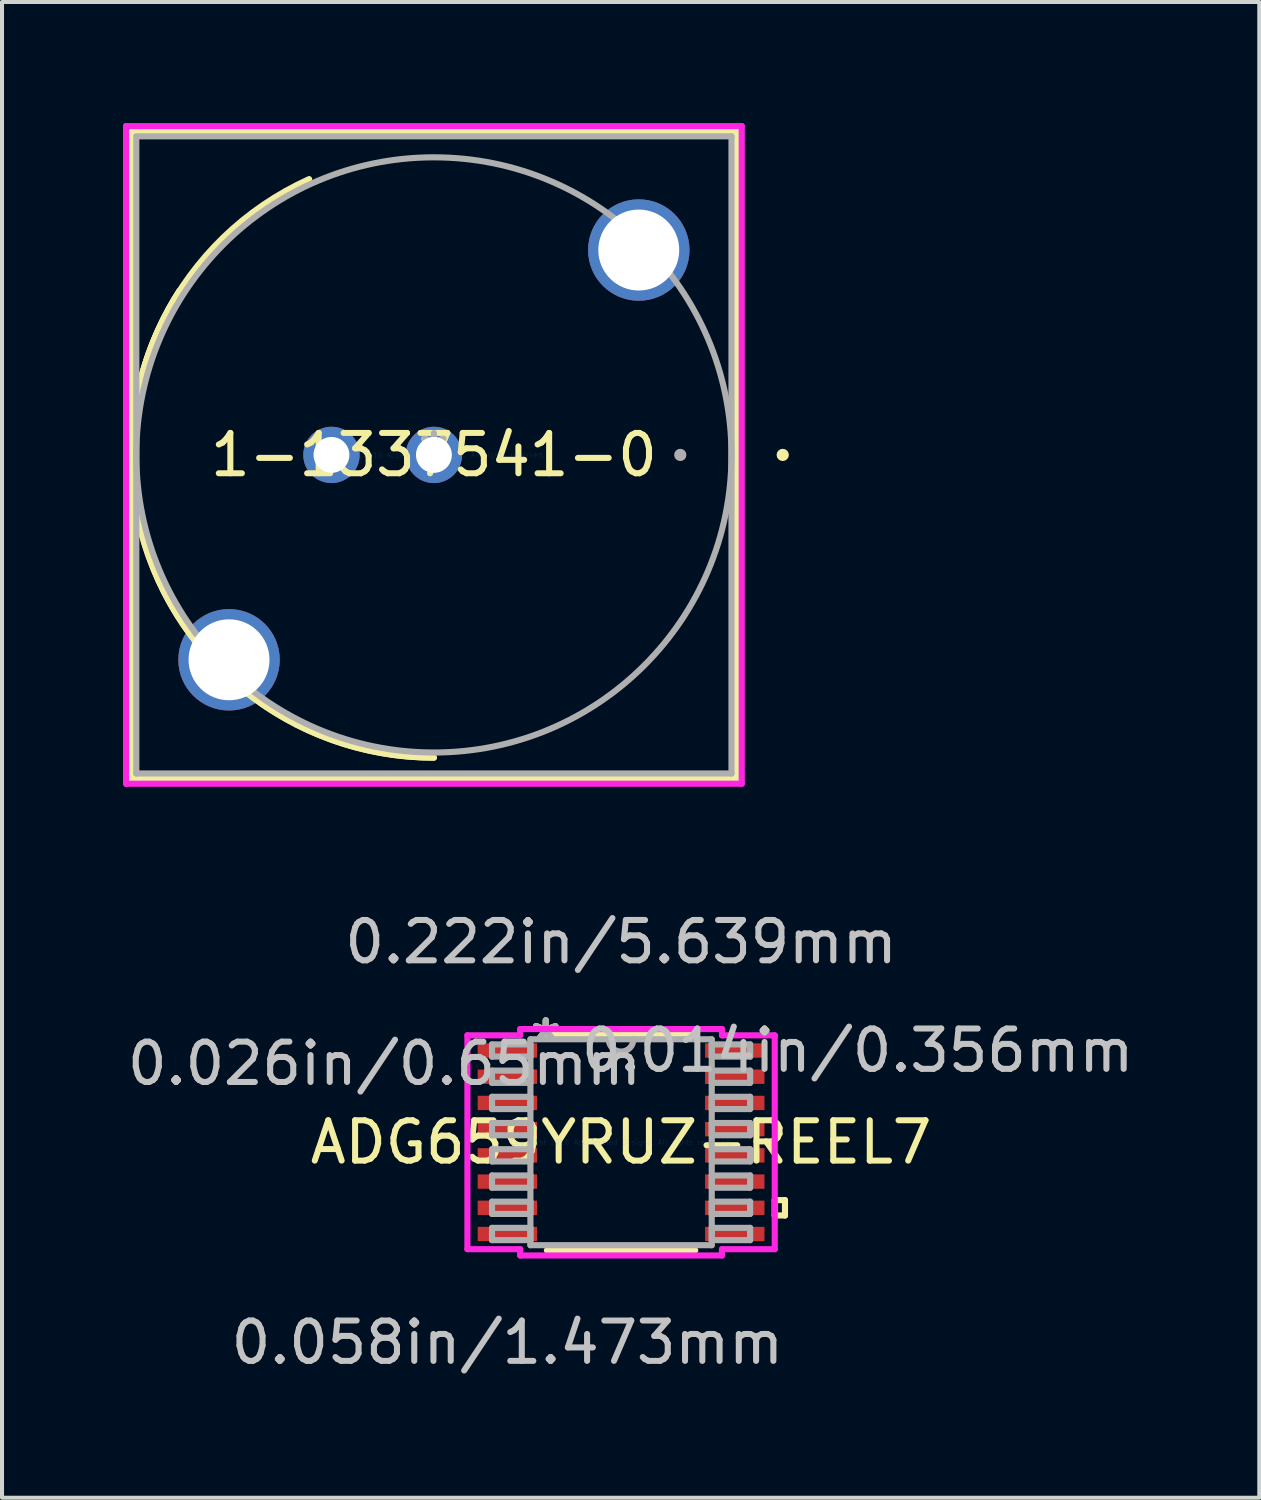
<source format=kicad_pcb>
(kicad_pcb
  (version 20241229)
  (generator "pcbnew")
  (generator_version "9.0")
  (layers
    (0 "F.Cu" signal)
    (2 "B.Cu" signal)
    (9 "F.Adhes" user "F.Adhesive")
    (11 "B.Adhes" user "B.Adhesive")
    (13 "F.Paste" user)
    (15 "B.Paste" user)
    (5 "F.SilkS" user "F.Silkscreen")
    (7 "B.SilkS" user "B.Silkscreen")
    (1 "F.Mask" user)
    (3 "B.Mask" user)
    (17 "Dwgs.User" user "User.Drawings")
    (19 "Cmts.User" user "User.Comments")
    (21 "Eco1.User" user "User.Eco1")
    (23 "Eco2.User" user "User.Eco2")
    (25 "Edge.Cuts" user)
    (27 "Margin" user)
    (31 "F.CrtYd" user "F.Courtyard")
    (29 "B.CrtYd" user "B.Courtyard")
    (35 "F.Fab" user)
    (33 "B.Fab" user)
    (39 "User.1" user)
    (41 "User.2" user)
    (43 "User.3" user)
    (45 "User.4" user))
  (footprint "ADG659YRUZ-REEL7"
    (layer "F.Cu")
    (at 12.35 25.273)
    (property "Reference" "ADG659YRUZ-REEL7" (at 0 0 0) (layer "F.SilkS") (effects (font (size 1 1) (thickness 0.15))))
    (attr through_hole)
    (fp_line (start -1.839 2.68) (end 1.839 2.68) (stroke (width 0.152) (type solid)) (layer "F.SilkS"))
    (fp_line (start 1.839 -2.68) (end -1.839 -2.68) (stroke (width 0.152) (type solid)) (layer "F.SilkS"))
    (fp_line (start 3.81 1.435) (end 4.064 1.435) (stroke (width 0.152) (type solid)) (layer "F.SilkS"))
    (fp_line (start 3.81 1.816) (end 3.81 1.435) (stroke (width 0.152) (type solid)) (layer "F.SilkS"))
    (fp_line (start 4.064 1.435) (end 4.064 1.816) (stroke (width 0.152) (type solid)) (layer "F.SilkS"))
    (fp_line (start 4.064 1.816) (end 3.81 1.816) (stroke (width 0.152) (type solid)) (layer "F.SilkS"))
    (fp_line (start -3.81 -2.651) (end -2.502 -2.651) (stroke (width 0.152) (type solid)) (layer "F.CrtYd"))
    (fp_line (start -3.81 2.651) (end -3.81 -2.651) (stroke (width 0.152) (type solid)) (layer "F.CrtYd"))
    (fp_line (start -2.502 -2.807) (end 2.502 -2.807) (stroke (width 0.152) (type solid)) (layer "F.CrtYd"))
    (fp_line (start -2.502 -2.651) (end -2.502 -2.807) (stroke (width 0.152) (type solid)) (layer "F.CrtYd"))
    (fp_line (start -2.502 2.651) (end -3.81 2.651) (stroke (width 0.152) (type solid)) (layer "F.CrtYd"))
    (fp_line (start -2.502 2.807) (end -2.502 2.651) (stroke (width 0.152) (type solid)) (layer "F.CrtYd"))
    (fp_line (start 2.502 -2.807) (end 2.502 -2.651) (stroke (width 0.152) (type solid)) (layer "F.CrtYd"))
    (fp_line (start 2.502 -2.651) (end 3.81 -2.651) (stroke (width 0.152) (type solid)) (layer "F.CrtYd"))
    (fp_line (start 2.502 2.651) (end 2.502 2.807) (stroke (width 0.152) (type solid)) (layer "F.CrtYd"))
    (fp_line (start 2.502 2.807) (end -2.502 2.807) (stroke (width 0.152) (type solid)) (layer "F.CrtYd"))
    (fp_line (start 3.81 -2.651) (end 3.81 2.651) (stroke (width 0.152) (type solid)) (layer "F.CrtYd"))
    (fp_line (start 3.81 2.651) (end 2.502 2.651) (stroke (width 0.152) (type solid)) (layer "F.CrtYd"))
    (fp_line (start -3.2 -2.427) (end -3.2 -2.123) (stroke (width 0.152) (type solid)) (layer "F.Fab"))
    (fp_line (start -3.2 -2.123) (end -2.248 -2.123) (stroke (width 0.152) (type solid)) (layer "F.Fab"))
    (fp_line (start -3.2 -1.777) (end -3.2 -1.473) (stroke (width 0.152) (type solid)) (layer "F.Fab"))
    (fp_line (start -3.2 -1.473) (end -2.248 -1.473) (stroke (width 0.152) (type solid)) (layer "F.Fab"))
    (fp_line (start -3.2 -1.127) (end -3.2 -0.823) (stroke (width 0.152) (type solid)) (layer "F.Fab"))
    (fp_line (start -3.2 -0.823) (end -2.248 -0.823) (stroke (width 0.152) (type solid)) (layer "F.Fab"))
    (fp_line (start -3.2 -0.477) (end -3.2 -0.173) (stroke (width 0.152) (type solid)) (layer "F.Fab"))
    (fp_line (start -3.2 -0.173) (end -2.248 -0.173) (stroke (width 0.152) (type solid)) (layer "F.Fab"))
    (fp_line (start -3.2 0.173) (end -3.2 0.477) (stroke (width 0.152) (type solid)) (layer "F.Fab"))
    (fp_line (start -3.2 0.477) (end -2.248 0.477) (stroke (width 0.152) (type solid)) (layer "F.Fab"))
    (fp_line (start -3.2 0.823) (end -3.2 1.127) (stroke (width 0.152) (type solid)) (layer "F.Fab"))
    (fp_line (start -3.2 1.127) (end -2.248 1.127) (stroke (width 0.152) (type solid)) (layer "F.Fab"))
    (fp_line (start -3.2 1.473) (end -3.2 1.777) (stroke (width 0.152) (type solid)) (layer "F.Fab"))
    (fp_line (start -3.2 1.777) (end -2.248 1.777) (stroke (width 0.152) (type solid)) (layer "F.Fab"))
    (fp_line (start -3.2 2.123) (end -3.2 2.427) (stroke (width 0.152) (type solid)) (layer "F.Fab"))
    (fp_line (start -3.2 2.427) (end -2.248 2.427) (stroke (width 0.152) (type solid)) (layer "F.Fab"))
    (fp_line (start -2.248 -2.553) (end -2.248 2.553) (stroke (width 0.152) (type solid)) (layer "F.Fab"))
    (fp_line (start -2.248 -2.427) (end -3.2 -2.427) (stroke (width 0.152) (type solid)) (layer "F.Fab"))
    (fp_line (start -2.248 -2.123) (end -2.248 -2.427) (stroke (width 0.152) (type solid)) (layer "F.Fab"))
    (fp_line (start -2.248 -1.777) (end -3.2 -1.777) (stroke (width 0.152) (type solid)) (layer "F.Fab"))
    (fp_line (start -2.248 -1.473) (end -2.248 -1.777) (stroke (width 0.152) (type solid)) (layer "F.Fab"))
    (fp_line (start -2.248 -1.127) (end -3.2 -1.127) (stroke (width 0.152) (type solid)) (layer "F.Fab"))
    (fp_line (start -2.248 -0.823) (end -2.248 -1.127) (stroke (width 0.152) (type solid)) (layer "F.Fab"))
    (fp_line (start -2.248 -0.477) (end -3.2 -0.477) (stroke (width 0.152) (type solid)) (layer "F.Fab"))
    (fp_line (start -2.248 -0.173) (end -2.248 -0.477) (stroke (width 0.152) (type solid)) (layer "F.Fab"))
    (fp_line (start -2.248 0.173) (end -3.2 0.173) (stroke (width 0.152) (type solid)) (layer "F.Fab"))
    (fp_line (start -2.248 0.477) (end -2.248 0.173) (stroke (width 0.152) (type solid)) (layer "F.Fab"))
    (fp_line (start -2.248 0.823) (end -3.2 0.823) (stroke (width 0.152) (type solid)) (layer "F.Fab"))
    (fp_line (start -2.248 1.127) (end -2.248 0.823) (stroke (width 0.152) (type solid)) (layer "F.Fab"))
    (fp_line (start -2.248 1.473) (end -3.2 1.473) (stroke (width 0.152) (type solid)) (layer "F.Fab"))
    (fp_line (start -2.248 1.777) (end -2.248 1.473) (stroke (width 0.152) (type solid)) (layer "F.Fab"))
    (fp_line (start -2.248 2.123) (end -3.2 2.123) (stroke (width 0.152) (type solid)) (layer "F.Fab"))
    (fp_line (start -2.248 2.427) (end -2.248 2.123) (stroke (width 0.152) (type solid)) (layer "F.Fab"))
    (fp_line (start -2.248 2.553) (end 2.248 2.553) (stroke (width 0.152) (type solid)) (layer "F.Fab"))
    (fp_line (start 2.248 -2.553) (end -2.248 -2.553) (stroke (width 0.152) (type solid)) (layer "F.Fab"))
    (fp_line (start 2.248 -2.427) (end 2.248 -2.123) (stroke (width 0.152) (type solid)) (layer "F.Fab"))
    (fp_line (start 2.248 -2.123) (end 3.2 -2.123) (stroke (width 0.152) (type solid)) (layer "F.Fab"))
    (fp_line (start 2.248 -1.777) (end 2.248 -1.473) (stroke (width 0.152) (type solid)) (layer "F.Fab"))
    (fp_line (start 2.248 -1.473) (end 3.2 -1.473) (stroke (width 0.152) (type solid)) (layer "F.Fab"))
    (fp_line (start 2.248 -1.127) (end 2.248 -0.823) (stroke (width 0.152) (type solid)) (layer "F.Fab"))
    (fp_line (start 2.248 -0.823) (end 3.2 -0.823) (stroke (width 0.152) (type solid)) (layer "F.Fab"))
    (fp_line (start 2.248 -0.477) (end 2.248 -0.173) (stroke (width 0.152) (type solid)) (layer "F.Fab"))
    (fp_line (start 2.248 -0.173) (end 3.2 -0.173) (stroke (width 0.152) (type solid)) (layer "F.Fab"))
    (fp_line (start 2.248 0.173) (end 2.248 0.477) (stroke (width 0.152) (type solid)) (layer "F.Fab"))
    (fp_line (start 2.248 0.477) (end 3.2 0.477) (stroke (width 0.152) (type solid)) (layer "F.Fab"))
    (fp_line (start 2.248 0.823) (end 2.248 1.127) (stroke (width 0.152) (type solid)) (layer "F.Fab"))
    (fp_line (start 2.248 1.127) (end 3.2 1.127) (stroke (width 0.152) (type solid)) (layer "F.Fab"))
    (fp_line (start 2.248 1.473) (end 2.248 1.777) (stroke (width 0.152) (type solid)) (layer "F.Fab"))
    (fp_line (start 2.248 1.777) (end 3.2 1.777) (stroke (width 0.152) (type solid)) (layer "F.Fab"))
    (fp_line (start 2.248 2.123) (end 2.248 2.427) (stroke (width 0.152) (type solid)) (layer "F.Fab"))
    (fp_line (start 2.248 2.427) (end 3.2 2.427) (stroke (width 0.152) (type solid)) (layer "F.Fab"))
    (fp_line (start 2.248 2.553) (end 2.248 -2.553) (stroke (width 0.152) (type solid)) (layer "F.Fab"))
    (fp_line (start 3.2 -2.427) (end 2.248 -2.427) (stroke (width 0.152) (type solid)) (layer "F.Fab"))
    (fp_line (start 3.2 -2.123) (end 3.2 -2.427) (stroke (width 0.152) (type solid)) (layer "F.Fab"))
    (fp_line (start 3.2 -1.777) (end 2.248 -1.777) (stroke (width 0.152) (type solid)) (layer "F.Fab"))
    (fp_line (start 3.2 -1.473) (end 3.2 -1.777) (stroke (width 0.152) (type solid)) (layer "F.Fab"))
    (fp_line (start 3.2 -1.127) (end 2.248 -1.127) (stroke (width 0.152) (type solid)) (layer "F.Fab"))
    (fp_line (start 3.2 -0.823) (end 3.2 -1.127) (stroke (width 0.152) (type solid)) (layer "F.Fab"))
    (fp_line (start 3.2 -0.477) (end 2.248 -0.477) (stroke (width 0.152) (type solid)) (layer "F.Fab"))
    (fp_line (start 3.2 -0.173) (end 3.2 -0.477) (stroke (width 0.152) (type solid)) (layer "F.Fab"))
    (fp_line (start 3.2 0.173) (end 2.248 0.173) (stroke (width 0.152) (type solid)) (layer "F.Fab"))
    (fp_line (start 3.2 0.477) (end 3.2 0.173) (stroke (width 0.152) (type solid)) (layer "F.Fab"))
    (fp_line (start 3.2 0.823) (end 2.248 0.823) (stroke (width 0.152) (type solid)) (layer "F.Fab"))
    (fp_line (start 3.2 1.127) (end 3.2 0.823) (stroke (width 0.152) (type solid)) (layer "F.Fab"))
    (fp_line (start 3.2 1.473) (end 2.248 1.473) (stroke (width 0.152) (type solid)) (layer "F.Fab"))
    (fp_line (start 3.2 1.777) (end 3.2 1.473) (stroke (width 0.152) (type solid)) (layer "F.Fab"))
    (fp_line (start 3.2 2.123) (end 2.248 2.123) (stroke (width 0.152) (type solid)) (layer "F.Fab"))
    (fp_line (start 3.2 2.427) (end 3.2 2.123) (stroke (width 0.152) (type solid)) (layer "F.Fab"))
    (fp_arc (start 0.3048 -2.5527) (mid 0 -2.2479) (end -0.3048 -2.5527) (stroke (width 0.1524) (type solid)) (layer "F.Fab"))
    (fp_text user "*" (at -1.867 -2.477 0) (layer "F.SilkS") (effects (font (size 1 1) (thickness 0.15))))
    (fp_text user "*" (at -1.867 -2.477 0) (layer "F.SilkS") (effects (font (size 1 1) (thickness 0.15))))
    (fp_text user "0.026in/0.65mm" (at -5.867 -1.95 0) (layer "Dwgs.User") (effects (font (size 1 1) (thickness 0.15))))
    (fp_text user "0.058in/1.473mm" (at -2.819 4.966 0) (layer "Dwgs.User") (effects (font (size 1 1) (thickness 0.15))))
    (fp_text user "0.014in/0.356mm" (at 5.867 -2.275 0) (layer "Dwgs.User") (effects (font (size 1 1) (thickness 0.15))))
    (fp_text user "0.222in/5.639mm" (at 0 -4.966 0) (layer "Dwgs.User") (effects (font (size 1 1) (thickness 0.15))))
    (fp_text user "Copyright 2016 Accelerated Designs. All rights reserved." (at 0 0 0) (layer "Cmts.User") (effects (font (size 0.127 0.127) (thickness 0.002))))
    (fp_text user "*" (at -1.867 -2.477 0) (layer "F.Fab") (effects (font (size 1 1) (thickness 0.15))))
    (fp_text user "*" (at -1.867 -2.477 0) (layer "F.Fab") (effects (font (size 1 1) (thickness 0.15))))
    (pad "1" smd rect (at -2.819 -2.275) (size 1.473 0.356) (layers "F.Cu" "F.Mask" "F.Paste"))
    (pad "2" smd rect (at -2.819 -1.625) (size 1.473 0.356) (layers "F.Cu" "F.Mask" "F.Paste"))
    (pad "3" smd rect (at -2.819 -0.975) (size 1.473 0.356) (layers "F.Cu" "F.Mask" "F.Paste"))
    (pad "4" smd rect (at -2.819 -0.325) (size 1.473 0.356) (layers "F.Cu" "F.Mask" "F.Paste"))
    (pad "5" smd rect (at -2.819 0.325) (size 1.473 0.356) (layers "F.Cu" "F.Mask" "F.Paste"))
    (pad "6" smd rect (at -2.819 0.975) (size 1.473 0.356) (layers "F.Cu" "F.Mask" "F.Paste"))
    (pad "7" smd rect (at -2.819 1.625) (size 1.473 0.356) (layers "F.Cu" "F.Mask" "F.Paste"))
    (pad "8" smd rect (at -2.819 2.275) (size 1.473 0.356) (layers "F.Cu" "F.Mask" "F.Paste"))
    (pad "9" smd rect (at 2.819 2.275) (size 1.473 0.356) (layers "F.Cu" "F.Mask" "F.Paste"))
    (pad "10" smd rect (at 2.819 1.625) (size 1.473 0.356) (layers "F.Cu" "F.Mask" "F.Paste"))
    (pad "11" smd rect (at 2.819 0.975) (size 1.473 0.356) (layers "F.Cu" "F.Mask" "F.Paste"))
    (pad "12" smd rect (at 2.819 0.325) (size 1.473 0.356) (layers "F.Cu" "F.Mask" "F.Paste"))
    (pad "13" smd rect (at 2.819 -0.325) (size 1.473 0.356) (layers "F.Cu" "F.Mask" "F.Paste"))
    (pad "14" smd rect (at 2.819 -0.975) (size 1.473 0.356) (layers "F.Cu" "F.Mask" "F.Paste"))
    (pad "15" smd rect (at 2.819 -1.625) (size 1.473 0.356) (layers "F.Cu" "F.Mask" "F.Paste"))
    (pad "16" smd rect (at 2.819 -2.275) (size 1.473 0.356) (layers "F.Cu" "F.Mask" "F.Paste")))
  (footprint "1-1337541-0"
    (layer "F.Cu")
    (at 7.709 8.23)
    (property "Reference" "1-1337541-0" (at 0 0 0) (layer "F.SilkS") (effects (font (size 1 1) (thickness 0.15))))
    (attr through_hole)
    (fp_line (start -7.506 -8.026) (end -7.506 8.026) (stroke (width 0.152) (type solid)) (layer "F.SilkS"))
    (fp_line (start -7.506 8.026) (end 7.506 8.026) (stroke (width 0.152) (type solid)) (layer "F.SilkS"))
    (fp_line (start 7.506 -8.026) (end -7.506 -8.026) (stroke (width 0.152) (type solid)) (layer "F.SilkS"))
    (fp_line (start 7.506 8.026) (end 7.506 -8.026) (stroke (width 0.152) (type solid)) (layer "F.SilkS"))
    (fp_arc (start -7.5057 0) (mid -7.199824 -2.120865) (end -6.307126 -4.068869) (stroke (width 0.1524) (type solid)) (layer "F.SilkS"))
    (fp_arc (start 0 7.5057) (mid -6.59072 3.59137) (end -6.307131 -4.068861) (stroke (width 0.1524) (type solid)) (layer "F.SilkS"))
    (fp_arc (start 0 7.5057) (mid -7.336936 1.58269) (end -3.094206 -6.838232) (stroke (width 0.1524) (type solid)) (layer "F.SilkS"))
    (fp_circle (center 8.649 0) (end 8.725 0) (stroke (width 0.152) (type solid)) (fill no) (layer "F.SilkS"))
    (fp_line (start -7.633 -8.153) (end 7.633 -8.153) (stroke (width 0.152) (type solid)) (layer "F.CrtYd"))
    (fp_line (start -7.633 8.153) (end -7.633 -8.153) (stroke (width 0.152) (type solid)) (layer "F.CrtYd"))
    (fp_line (start 7.633 -8.153) (end 7.633 8.153) (stroke (width 0.152) (type solid)) (layer "F.CrtYd"))
    (fp_line (start 7.633 8.153) (end -7.633 8.153) (stroke (width 0.152) (type solid)) (layer "F.CrtYd"))
    (fp_line (start -7.379 -7.899) (end -7.379 7.899) (stroke (width 0.152) (type solid)) (layer "F.Fab"))
    (fp_line (start -7.379 7.899) (end 7.379 7.899) (stroke (width 0.152) (type solid)) (layer "F.Fab"))
    (fp_line (start 7.379 -7.899) (end -7.379 -7.899) (stroke (width 0.152) (type solid)) (layer "F.Fab"))
    (fp_line (start 7.379 7.899) (end 7.379 -7.899) (stroke (width 0.152) (type solid)) (layer "F.Fab"))
    (fp_circle (center 0 0) (end 7.379 0) (stroke (width 0.152) (type solid)) (fill no) (layer "F.Fab"))
    (fp_circle (center 6.109 0) (end 6.185 0) (stroke (width 0.152) (type solid)) (fill no) (layer "F.Fab"))
    (fp_text user "*" (at 0 0 0) (layer "F.SilkS") (effects (font (size 1 1) (thickness 0.15))))
    (fp_text user "Copyright 2016 Accelerated Designs. All rights reserved." (at 0 0 0) (layer "Cmts.User") (effects (font (size 0.127 0.127) (thickness 0.002))))
    (fp_text user "*" (at 0 0 0) (layer "F.Fab") (effects (font (size 1 1) (thickness 0.15))))
    (pad "1" thru_hole circle (at 0 0) (size 1.397 1.397) (drill 0.889) (layers "*.Cu" "*.Mask"))
    (pad "2" thru_hole circle (at -2.54 0) (size 1.397 1.397) (drill 0.889) (layers "*.Cu" "*.Mask"))
    (pad "3" thru_hole circle (at -5.08 5.08) (size 2.515 2.515) (drill 2.007) (layers "*.Cu" "*.Mask"))
    (pad "4" thru_hole circle (at 5.08 -5.08) (size 2.515 2.515) (drill 2.007) (layers "*.Cu" "*.Mask")))
  (gr_rect
    (start -3 -3)
    (end 28.175 34.087)
    (stroke (width 0.1) (type default))
    (fill no)
    (layer "Edge.Cuts")))
</source>
